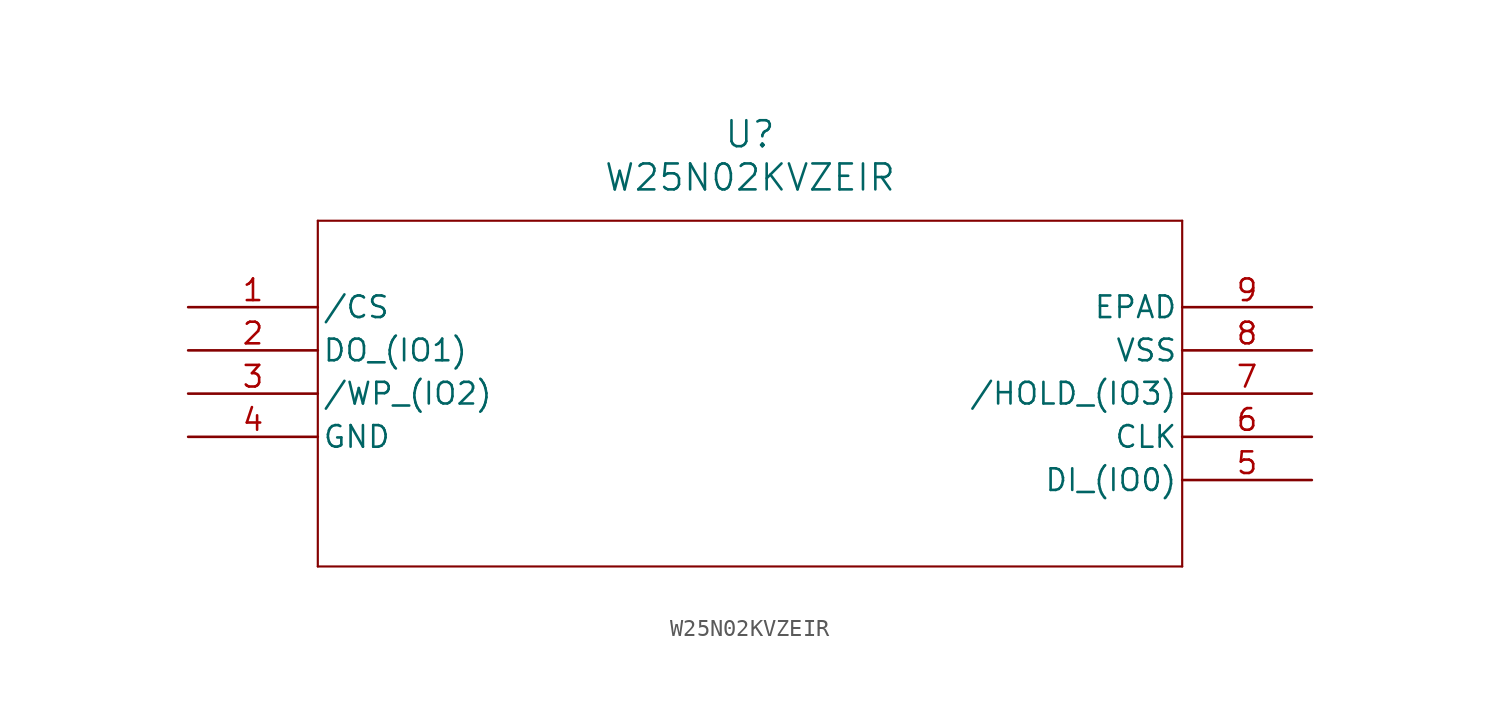
<source format=kicad_sym>
(kicad_symbol_lib
  (version 20211014)
  (generator kicad_symbol_editor)
  (symbol "W25N02KVZEIR"
    (pin_names
      (offset 0.254))
    (property "Reference" "U"
      (at 33.02 10.16 0)
      (effects (font (size 1.524 1.524))))
    (property "Value" "W25N02KVZEIR"
      (at 33.02 7.62 0)
      (effects (font (size 1.524 1.524))))
    (symbol "W25N02KVZEIR_0_1"
      (polyline (pts (xy 7.62 5.08) (xy 7.62 -15.24)) (stroke (width 0.127) (type default) (color 0 0 0 0)) (fill (type none)))
      (polyline (pts (xy 7.62 -15.24) (xy 58.42 -15.24)) (stroke (width 0.127) (type default) (color 0 0 0 0)) (fill (type none)))
      (polyline (pts (xy 58.42 -15.24) (xy 58.42 5.08)) (stroke (width 0.127) (type default) (color 0 0 0 0)) (fill (type none)))
      (polyline (pts (xy 58.42 5.08) (xy 7.62 5.08)) (stroke (width 0.127) (type default) (color 0 0 0 0)) (fill (type none)))
      (pin input line (at 0 0 0) (length 7.62) (name "/CS" (effects (font (size 1.27 1.27)))) (number "1" (effects (font (size 1.27 1.27)))))
      (pin bidirectional line (at 0 -2.54 0) (length 7.62) (name "DO (IO1)" (effects (font (size 1.27 1.27)))) (number "2" (effects (font (size 1.27 1.27)))))
      (pin bidirectional line (at 0 -5.08 0) (length 7.62) (name "/WP (IO2)" (effects (font (size 1.27 1.27)))) (number "3" (effects (font (size 1.27 1.27)))))
      (pin power_out line (at 0 -7.62 0) (length 7.62) (name "GND" (effects (font (size 1.27 1.27)))) (number "4" (effects (font (size 1.27 1.27)))))
      (pin bidirectional line (at 66.04 -10.16 180) (length 7.62) (name "DI (IO0)" (effects (font (size 1.27 1.27)))) (number "5" (effects (font (size 1.27 1.27)))))
      (pin input line (at 66.04 -7.62 180) (length 7.62) (name "CLK" (effects (font (size 1.27 1.27)))) (number "6" (effects (font (size 1.27 1.27)))))
      (pin bidirectional line (at 66.04 -5.08 180) (length 7.62) (name "/HOLD (IO3)" (effects (font (size 1.27 1.27)))) (number "7" (effects (font (size 1.27 1.27)))))
      (pin power_in line (at 66.04 -2.54 180) (length 7.62) (name "VSS" (effects (font (size 1.27 1.27)))) (number "8" (effects (font (size 1.27 1.27)))))
      (pin power_out line (at 66.04 0 180) (length 7.62) (name "EPAD" (effects (font (size 1.27 1.27)))) (number "9" (effects (font (size 1.27 1.27))))))))
</source>
